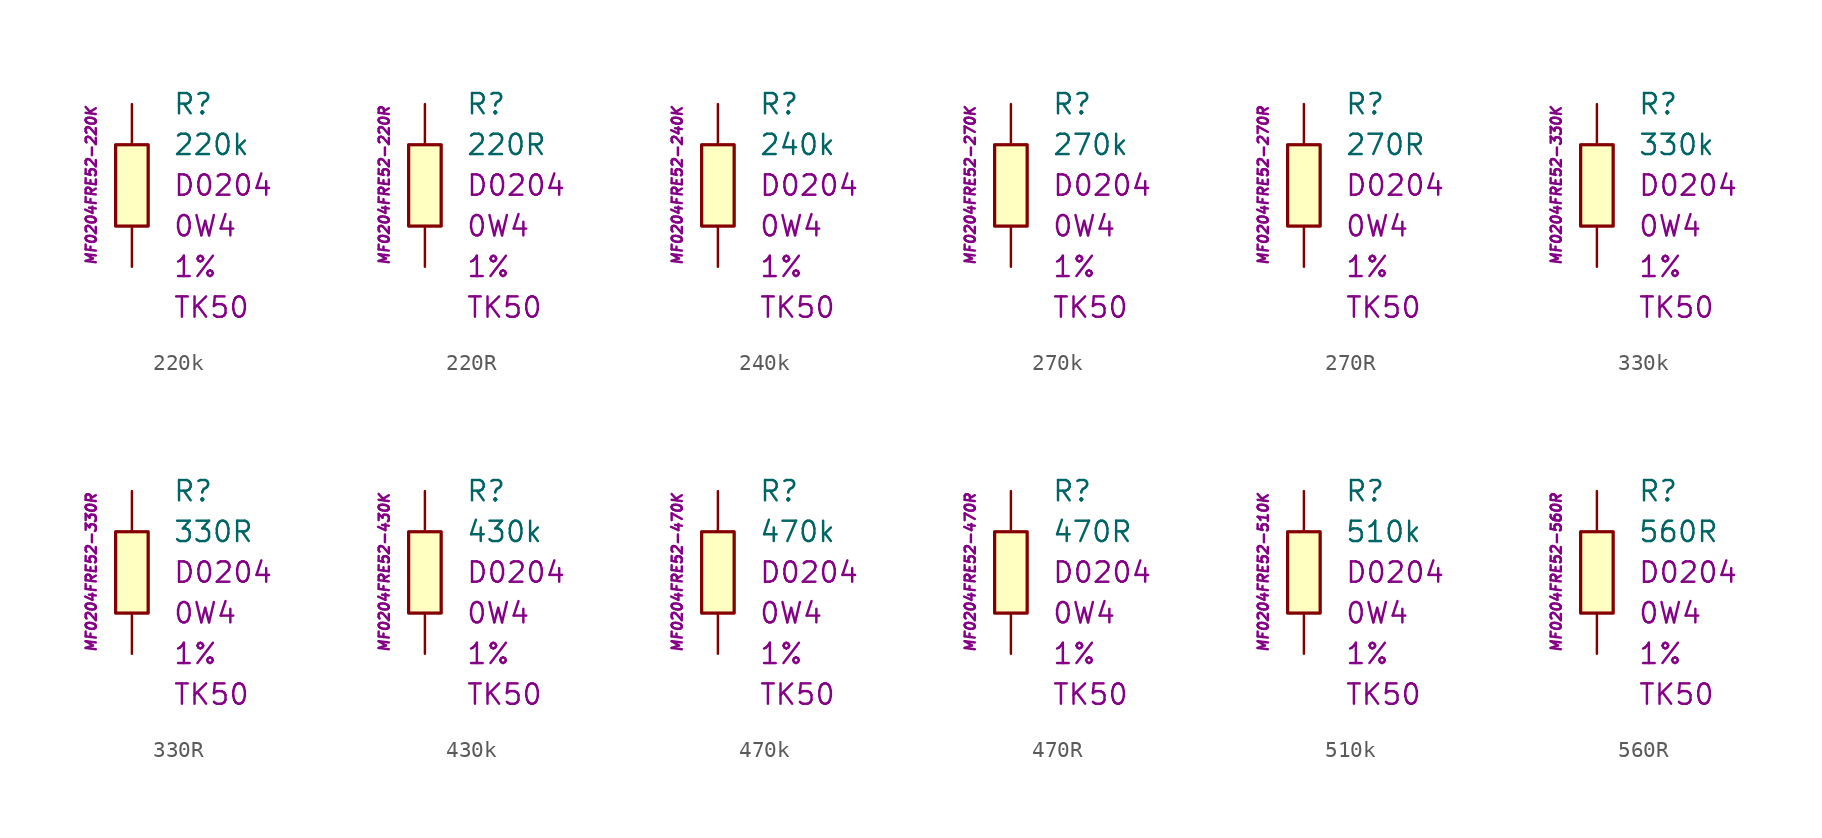
<source format=kicad_sym>
(kicad_symbol_lib
  (version 20201005)
  (generator kicad_symbol_editor)
  (symbol "220k"
    (pin_numbers hide)
    (pin_names
      (offset 1.016) hide)
    (property "Reference" "R"
      (at 2.54 5.08 0)
      (effects (font (size 1.27 1.27)) (justify left)))
    (property "Value" "220k"
      (at 2.54 2.54 0)
      (effects (font (size 1.27 1.27)) (justify left)))
    (property "Package" "D0204"
      (at 2.54 0 0)
      (effects (font (size 1.27 1.27)) (justify left)))
    (property "Power" "0W4"
      (at 2.54 -2.54 0)
      (effects (font (size 1.27 1.27)) (justify left)))
    (property "Tolerance" "1%"
      (at 2.54 -5.08 0)
      (effects (font (size 1.27 1.27)) (justify left)))
    (property "TK" "TK50"
      (at 2.54 -7.62 0)
      (effects (font (size 1.27 1.27)) (justify left)))
    (property "ID" "MF0204FRE52-220K"
      (at -2.54 0 90)
      (effects (font (size 0.635 0.635) italic)))
    (symbol "220k_0_1"
      (rectangle (start -1.016 2.54) (end 1.016 -2.54) (stroke (width 0.203)) (fill (type background))))
    (symbol "220k_1_1"
      (pin passive line (at 0 5.08 270) (length 2.54) (name "~" (effects (font (size 1.778 1.778)))) (number "1" (effects (font (size 1.778 1.778)))))
      (pin passive line (at 0 -5.08 90) (length 2.54) (name "~" (effects (font (size 1.778 1.778)))) (number "2" (effects (font (size 1.778 1.778)))))))
  (symbol "220R"
    (pin_numbers hide)
    (pin_names
      (offset 1.016) hide)
    (property "Reference" "R"
      (at 2.54 5.08 0)
      (effects (font (size 1.27 1.27)) (justify left)))
    (property "Value" "220R"
      (at 2.54 2.54 0)
      (effects (font (size 1.27 1.27)) (justify left)))
    (property "Package" "D0204"
      (at 2.54 0 0)
      (effects (font (size 1.27 1.27)) (justify left)))
    (property "Power" "0W4"
      (at 2.54 -2.54 0)
      (effects (font (size 1.27 1.27)) (justify left)))
    (property "Tolerance" "1%"
      (at 2.54 -5.08 0)
      (effects (font (size 1.27 1.27)) (justify left)))
    (property "TK" "TK50"
      (at 2.54 -7.62 0)
      (effects (font (size 1.27 1.27)) (justify left)))
    (property "ID" "MF0204FRE52-220R"
      (at -2.54 0 90)
      (effects (font (size 0.635 0.635) italic)))
    (symbol "220R_0_1"
      (rectangle (start -1.016 2.54) (end 1.016 -2.54) (stroke (width 0.203)) (fill (type background))))
    (symbol "220R_1_1"
      (pin passive line (at 0 5.08 270) (length 2.54) (name "~" (effects (font (size 1.778 1.778)))) (number "1" (effects (font (size 1.778 1.778)))))
      (pin passive line (at 0 -5.08 90) (length 2.54) (name "~" (effects (font (size 1.778 1.778)))) (number "2" (effects (font (size 1.778 1.778)))))))
  (symbol "240k"
    (pin_numbers hide)
    (pin_names
      (offset 1.016) hide)
    (property "Reference" "R"
      (at 2.54 5.08 0)
      (effects (font (size 1.27 1.27)) (justify left)))
    (property "Value" "240k"
      (at 2.54 2.54 0)
      (effects (font (size 1.27 1.27)) (justify left)))
    (property "Package" "D0204"
      (at 2.54 0 0)
      (effects (font (size 1.27 1.27)) (justify left)))
    (property "Power" "0W4"
      (at 2.54 -2.54 0)
      (effects (font (size 1.27 1.27)) (justify left)))
    (property "Tolerance" "1%"
      (at 2.54 -5.08 0)
      (effects (font (size 1.27 1.27)) (justify left)))
    (property "TK" "TK50"
      (at 2.54 -7.62 0)
      (effects (font (size 1.27 1.27)) (justify left)))
    (property "ID" "MF0204FRE52-240K"
      (at -2.54 0 90)
      (effects (font (size 0.635 0.635) italic)))
    (symbol "240k_0_1"
      (rectangle (start -1.016 2.54) (end 1.016 -2.54) (stroke (width 0.203)) (fill (type background))))
    (symbol "240k_1_1"
      (pin passive line (at 0 5.08 270) (length 2.54) (name "~" (effects (font (size 1.778 1.778)))) (number "1" (effects (font (size 1.778 1.778)))))
      (pin passive line (at 0 -5.08 90) (length 2.54) (name "~" (effects (font (size 1.778 1.778)))) (number "2" (effects (font (size 1.778 1.778)))))))
  (symbol "270k"
    (pin_numbers hide)
    (pin_names
      (offset 1.016) hide)
    (property "Reference" "R"
      (at 2.54 5.08 0)
      (effects (font (size 1.27 1.27)) (justify left)))
    (property "Value" "270k"
      (at 2.54 2.54 0)
      (effects (font (size 1.27 1.27)) (justify left)))
    (property "Package" "D0204"
      (at 2.54 0 0)
      (effects (font (size 1.27 1.27)) (justify left)))
    (property "Power" "0W4"
      (at 2.54 -2.54 0)
      (effects (font (size 1.27 1.27)) (justify left)))
    (property "Tolerance" "1%"
      (at 2.54 -5.08 0)
      (effects (font (size 1.27 1.27)) (justify left)))
    (property "TK" "TK50"
      (at 2.54 -7.62 0)
      (effects (font (size 1.27 1.27)) (justify left)))
    (property "ID" "MF0204FRE52-270K"
      (at -2.54 0 90)
      (effects (font (size 0.635 0.635) italic)))
    (symbol "270k_0_1"
      (rectangle (start -1.016 2.54) (end 1.016 -2.54) (stroke (width 0.203)) (fill (type background))))
    (symbol "270k_1_1"
      (pin passive line (at 0 5.08 270) (length 2.54) (name "~" (effects (font (size 1.778 1.778)))) (number "1" (effects (font (size 1.778 1.778)))))
      (pin passive line (at 0 -5.08 90) (length 2.54) (name "~" (effects (font (size 1.778 1.778)))) (number "2" (effects (font (size 1.778 1.778)))))))
  (symbol "270R"
    (pin_numbers hide)
    (pin_names
      (offset 1.016) hide)
    (property "Reference" "R"
      (at 2.54 5.08 0)
      (effects (font (size 1.27 1.27)) (justify left)))
    (property "Value" "270R"
      (at 2.54 2.54 0)
      (effects (font (size 1.27 1.27)) (justify left)))
    (property "Package" "D0204"
      (at 2.54 0 0)
      (effects (font (size 1.27 1.27)) (justify left)))
    (property "Power" "0W4"
      (at 2.54 -2.54 0)
      (effects (font (size 1.27 1.27)) (justify left)))
    (property "Tolerance" "1%"
      (at 2.54 -5.08 0)
      (effects (font (size 1.27 1.27)) (justify left)))
    (property "TK" "TK50"
      (at 2.54 -7.62 0)
      (effects (font (size 1.27 1.27)) (justify left)))
    (property "ID" "MF0204FRE52-270R"
      (at -2.54 0 90)
      (effects (font (size 0.635 0.635) italic)))
    (symbol "270R_0_1"
      (rectangle (start -1.016 2.54) (end 1.016 -2.54) (stroke (width 0.203)) (fill (type background))))
    (symbol "270R_1_1"
      (pin passive line (at 0 5.08 270) (length 2.54) (name "~" (effects (font (size 1.778 1.778)))) (number "1" (effects (font (size 1.778 1.778)))))
      (pin passive line (at 0 -5.08 90) (length 2.54) (name "~" (effects (font (size 1.778 1.778)))) (number "2" (effects (font (size 1.778 1.778)))))))
  (symbol "330k"
    (pin_numbers hide)
    (pin_names
      (offset 1.016) hide)
    (property "Reference" "R"
      (at 2.54 5.08 0)
      (effects (font (size 1.27 1.27)) (justify left)))
    (property "Value" "330k"
      (at 2.54 2.54 0)
      (effects (font (size 1.27 1.27)) (justify left)))
    (property "Package" "D0204"
      (at 2.54 0 0)
      (effects (font (size 1.27 1.27)) (justify left)))
    (property "Power" "0W4"
      (at 2.54 -2.54 0)
      (effects (font (size 1.27 1.27)) (justify left)))
    (property "Tolerance" "1%"
      (at 2.54 -5.08 0)
      (effects (font (size 1.27 1.27)) (justify left)))
    (property "TK" "TK50"
      (at 2.54 -7.62 0)
      (effects (font (size 1.27 1.27)) (justify left)))
    (property "ID" "MF0204FRE52-330K"
      (at -2.54 0 90)
      (effects (font (size 0.635 0.635) italic)))
    (symbol "330k_0_1"
      (rectangle (start -1.016 2.54) (end 1.016 -2.54) (stroke (width 0.203)) (fill (type background))))
    (symbol "330k_1_1"
      (pin passive line (at 0 5.08 270) (length 2.54) (name "~" (effects (font (size 1.778 1.778)))) (number "1" (effects (font (size 1.778 1.778)))))
      (pin passive line (at 0 -5.08 90) (length 2.54) (name "~" (effects (font (size 1.778 1.778)))) (number "2" (effects (font (size 1.778 1.778)))))))
  (symbol "330R"
    (pin_numbers hide)
    (pin_names
      (offset 1.016) hide)
    (property "Reference" "R"
      (at 2.54 5.08 0)
      (effects (font (size 1.27 1.27)) (justify left)))
    (property "Value" "330R"
      (at 2.54 2.54 0)
      (effects (font (size 1.27 1.27)) (justify left)))
    (property "Package" "D0204"
      (at 2.54 0 0)
      (effects (font (size 1.27 1.27)) (justify left)))
    (property "Power" "0W4"
      (at 2.54 -2.54 0)
      (effects (font (size 1.27 1.27)) (justify left)))
    (property "Tolerance" "1%"
      (at 2.54 -5.08 0)
      (effects (font (size 1.27 1.27)) (justify left)))
    (property "TK" "TK50"
      (at 2.54 -7.62 0)
      (effects (font (size 1.27 1.27)) (justify left)))
    (property "ID" "MF0204FRE52-330R"
      (at -2.54 0 90)
      (effects (font (size 0.635 0.635) italic)))
    (symbol "330R_0_1"
      (rectangle (start -1.016 2.54) (end 1.016 -2.54) (stroke (width 0.203)) (fill (type background))))
    (symbol "330R_1_1"
      (pin passive line (at 0 5.08 270) (length 2.54) (name "~" (effects (font (size 1.778 1.778)))) (number "1" (effects (font (size 1.778 1.778)))))
      (pin passive line (at 0 -5.08 90) (length 2.54) (name "~" (effects (font (size 1.778 1.778)))) (number "2" (effects (font (size 1.778 1.778)))))))
  (symbol "430k"
    (pin_numbers hide)
    (pin_names
      (offset 1.016) hide)
    (property "Reference" "R"
      (at 2.54 5.08 0)
      (effects (font (size 1.27 1.27)) (justify left)))
    (property "Value" "430k"
      (at 2.54 2.54 0)
      (effects (font (size 1.27 1.27)) (justify left)))
    (property "Package" "D0204"
      (at 2.54 0 0)
      (effects (font (size 1.27 1.27)) (justify left)))
    (property "Power" "0W4"
      (at 2.54 -2.54 0)
      (effects (font (size 1.27 1.27)) (justify left)))
    (property "Tolerance" "1%"
      (at 2.54 -5.08 0)
      (effects (font (size 1.27 1.27)) (justify left)))
    (property "TK" "TK50"
      (at 2.54 -7.62 0)
      (effects (font (size 1.27 1.27)) (justify left)))
    (property "ID" "MF0204FRE52-430K"
      (at -2.54 0 90)
      (effects (font (size 0.635 0.635) italic)))
    (symbol "430k_0_1"
      (rectangle (start -1.016 2.54) (end 1.016 -2.54) (stroke (width 0.203)) (fill (type background))))
    (symbol "430k_1_1"
      (pin passive line (at 0 5.08 270) (length 2.54) (name "~" (effects (font (size 1.778 1.778)))) (number "1" (effects (font (size 1.778 1.778)))))
      (pin passive line (at 0 -5.08 90) (length 2.54) (name "~" (effects (font (size 1.778 1.778)))) (number "2" (effects (font (size 1.778 1.778)))))))
  (symbol "470k"
    (pin_numbers hide)
    (pin_names
      (offset 1.016) hide)
    (property "Reference" "R"
      (at 2.54 5.08 0)
      (effects (font (size 1.27 1.27)) (justify left)))
    (property "Value" "470k"
      (at 2.54 2.54 0)
      (effects (font (size 1.27 1.27)) (justify left)))
    (property "Package" "D0204"
      (at 2.54 0 0)
      (effects (font (size 1.27 1.27)) (justify left)))
    (property "Power" "0W4"
      (at 2.54 -2.54 0)
      (effects (font (size 1.27 1.27)) (justify left)))
    (property "Tolerance" "1%"
      (at 2.54 -5.08 0)
      (effects (font (size 1.27 1.27)) (justify left)))
    (property "TK" "TK50"
      (at 2.54 -7.62 0)
      (effects (font (size 1.27 1.27)) (justify left)))
    (property "ID" "MF0204FRE52-470K"
      (at -2.54 0 90)
      (effects (font (size 0.635 0.635) italic)))
    (symbol "470k_0_1"
      (rectangle (start -1.016 2.54) (end 1.016 -2.54) (stroke (width 0.203)) (fill (type background))))
    (symbol "470k_1_1"
      (pin passive line (at 0 5.08 270) (length 2.54) (name "~" (effects (font (size 1.778 1.778)))) (number "1" (effects (font (size 1.778 1.778)))))
      (pin passive line (at 0 -5.08 90) (length 2.54) (name "~" (effects (font (size 1.778 1.778)))) (number "2" (effects (font (size 1.778 1.778)))))))
  (symbol "470R"
    (pin_numbers hide)
    (pin_names
      (offset 1.016) hide)
    (property "Reference" "R"
      (at 2.54 5.08 0)
      (effects (font (size 1.27 1.27)) (justify left)))
    (property "Value" "470R"
      (at 2.54 2.54 0)
      (effects (font (size 1.27 1.27)) (justify left)))
    (property "Package" "D0204"
      (at 2.54 0 0)
      (effects (font (size 1.27 1.27)) (justify left)))
    (property "Power" "0W4"
      (at 2.54 -2.54 0)
      (effects (font (size 1.27 1.27)) (justify left)))
    (property "Tolerance" "1%"
      (at 2.54 -5.08 0)
      (effects (font (size 1.27 1.27)) (justify left)))
    (property "TK" "TK50"
      (at 2.54 -7.62 0)
      (effects (font (size 1.27 1.27)) (justify left)))
    (property "ID" "MF0204FRE52-470R"
      (at -2.54 0 90)
      (effects (font (size 0.635 0.635) italic)))
    (symbol "470R_0_1"
      (rectangle (start -1.016 2.54) (end 1.016 -2.54) (stroke (width 0.203)) (fill (type background))))
    (symbol "470R_1_1"
      (pin passive line (at 0 5.08 270) (length 2.54) (name "~" (effects (font (size 1.778 1.778)))) (number "1" (effects (font (size 1.778 1.778)))))
      (pin passive line (at 0 -5.08 90) (length 2.54) (name "~" (effects (font (size 1.778 1.778)))) (number "2" (effects (font (size 1.778 1.778)))))))
  (symbol "510k"
    (pin_numbers hide)
    (pin_names
      (offset 1.016) hide)
    (property "Reference" "R"
      (at 2.54 5.08 0)
      (effects (font (size 1.27 1.27)) (justify left)))
    (property "Value" "510k"
      (at 2.54 2.54 0)
      (effects (font (size 1.27 1.27)) (justify left)))
    (property "Package" "D0204"
      (at 2.54 0 0)
      (effects (font (size 1.27 1.27)) (justify left)))
    (property "Power" "0W4"
      (at 2.54 -2.54 0)
      (effects (font (size 1.27 1.27)) (justify left)))
    (property "Tolerance" "1%"
      (at 2.54 -5.08 0)
      (effects (font (size 1.27 1.27)) (justify left)))
    (property "TK" "TK50"
      (at 2.54 -7.62 0)
      (effects (font (size 1.27 1.27)) (justify left)))
    (property "ID" "MF0204FRE52-510K"
      (at -2.54 0 90)
      (effects (font (size 0.635 0.635) italic)))
    (symbol "510k_0_1"
      (rectangle (start -1.016 2.54) (end 1.016 -2.54) (stroke (width 0.203)) (fill (type background))))
    (symbol "510k_1_1"
      (pin passive line (at 0 5.08 270) (length 2.54) (name "~" (effects (font (size 1.778 1.778)))) (number "1" (effects (font (size 1.778 1.778)))))
      (pin passive line (at 0 -5.08 90) (length 2.54) (name "~" (effects (font (size 1.778 1.778)))) (number "2" (effects (font (size 1.778 1.778)))))))
  (symbol "560R"
    (pin_numbers hide)
    (pin_names
      (offset 1.016) hide)
    (property "Reference" "R"
      (at 2.54 5.08 0)
      (effects (font (size 1.27 1.27)) (justify left)))
    (property "Value" "560R"
      (at 2.54 2.54 0)
      (effects (font (size 1.27 1.27)) (justify left)))
    (property "Package" "D0204"
      (at 2.54 0 0)
      (effects (font (size 1.27 1.27)) (justify left)))
    (property "Power" "0W4"
      (at 2.54 -2.54 0)
      (effects (font (size 1.27 1.27)) (justify left)))
    (property "Tolerance" "1%"
      (at 2.54 -5.08 0)
      (effects (font (size 1.27 1.27)) (justify left)))
    (property "TK" "TK50"
      (at 2.54 -7.62 0)
      (effects (font (size 1.27 1.27)) (justify left)))
    (property "ID" "MF0204FRE52-560R"
      (at -2.54 0 90)
      (effects (font (size 0.635 0.635) italic)))
    (symbol "560R_0_1"
      (rectangle (start -1.016 2.54) (end 1.016 -2.54) (stroke (width 0.203)) (fill (type background))))
    (symbol "560R_1_1"
      (pin passive line (at 0 5.08 270) (length 2.54) (name "~" (effects (font (size 1.778 1.778)))) (number "1" (effects (font (size 1.778 1.778)))))
      (pin passive line (at 0 -5.08 90) (length 2.54) (name "~" (effects (font (size 1.778 1.778)))) (number "2" (effects (font (size 1.778 1.778))))))))
</source>
